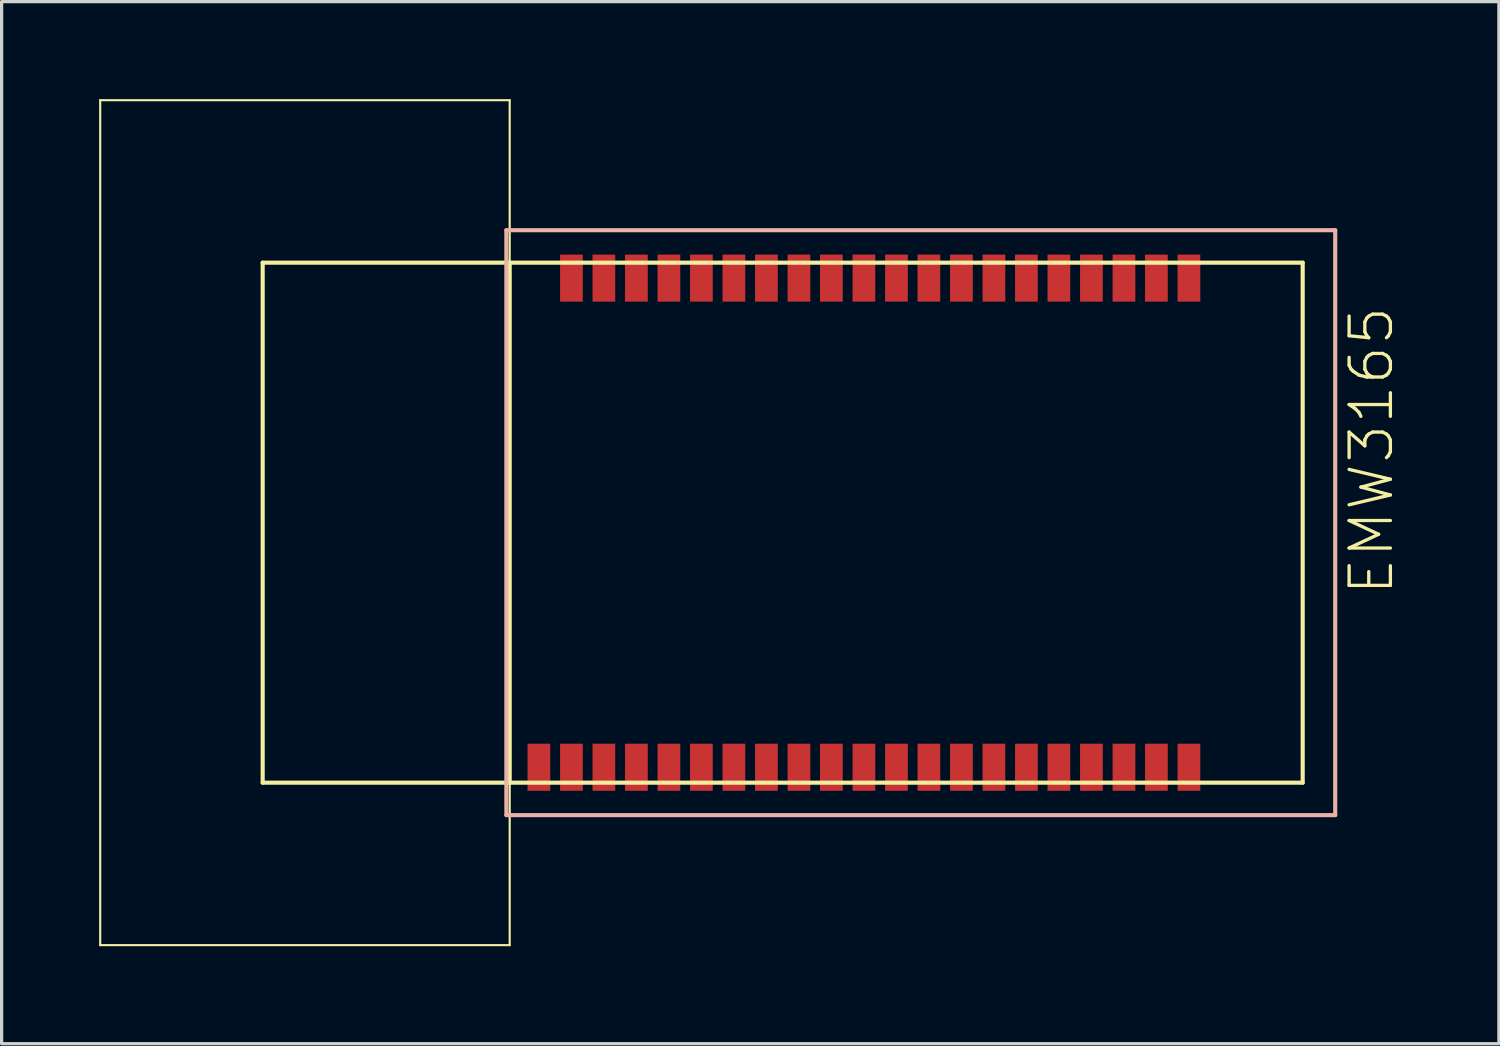
<source format=kicad_pcb>
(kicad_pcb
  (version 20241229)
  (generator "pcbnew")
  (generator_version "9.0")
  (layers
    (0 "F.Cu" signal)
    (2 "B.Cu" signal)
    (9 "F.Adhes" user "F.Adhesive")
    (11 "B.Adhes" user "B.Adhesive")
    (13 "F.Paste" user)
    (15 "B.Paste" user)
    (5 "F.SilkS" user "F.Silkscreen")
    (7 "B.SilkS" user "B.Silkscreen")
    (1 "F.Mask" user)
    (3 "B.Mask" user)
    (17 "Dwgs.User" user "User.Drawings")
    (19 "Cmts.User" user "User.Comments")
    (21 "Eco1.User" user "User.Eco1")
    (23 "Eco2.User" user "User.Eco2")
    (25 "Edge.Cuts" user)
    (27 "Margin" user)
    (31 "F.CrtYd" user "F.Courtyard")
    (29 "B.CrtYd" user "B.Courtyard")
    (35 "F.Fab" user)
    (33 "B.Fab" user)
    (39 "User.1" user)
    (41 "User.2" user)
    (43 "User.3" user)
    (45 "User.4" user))
  (footprint "EMW3165"
    (layer "F.Cu")
    (at 5.032 21.031)
    (property "Reference" "EMW3165" (at 34.115 -10.213 90) (layer "F.SilkS") (effects (font (size 1.27 1.27) (thickness 0.102))))
    (attr smd)
    (fp_line (start -4.999 -20.998) (end 7.6 -20.998) (stroke (width 0.066) (type solid)) (layer "F.SilkS"))
    (fp_line (start -4.999 4.999) (end -4.999 -20.998) (stroke (width 0.066) (type solid)) (layer "F.SilkS"))
    (fp_line (start -4.999 4.999) (end 7.6 4.999) (stroke (width 0.066) (type solid)) (layer "F.SilkS"))
    (fp_line (start 0 -15.999) (end 7.6 -15.999) (stroke (width 0.127) (type solid)) (layer "F.SilkS"))
    (fp_line (start 0 0) (end 0 -15.999) (stroke (width 0.127) (type solid)) (layer "F.SilkS"))
    (fp_line (start 7.6 -15.999) (end 7.6 0) (stroke (width 0.127) (type solid)) (layer "F.SilkS"))
    (fp_line (start 7.6 -15.999) (end 31.999 -15.999) (stroke (width 0.127) (type solid)) (layer "F.SilkS"))
    (fp_line (start 7.6 0) (end 0 0) (stroke (width 0.127) (type solid)) (layer "F.SilkS"))
    (fp_line (start 7.6 4.999) (end 7.6 -20.998) (stroke (width 0.066) (type solid)) (layer "F.SilkS"))
    (fp_line (start 31.999 -15.999) (end 31.999 0) (stroke (width 0.127) (type solid)) (layer "F.SilkS"))
    (fp_line (start 31.999 0) (end 7.6 0) (stroke (width 0.127) (type solid)) (layer "F.SilkS"))
    (fp_line (start 7.498 -16.998) (end 33 -16.998) (stroke (width 0.127) (type solid)) (layer "B.SilkS"))
    (fp_line (start 7.498 0.998) (end 7.498 -16.998) (stroke (width 0.127) (type solid)) (layer "B.SilkS"))
    (fp_line (start 33 -16.998) (end 33 0.998) (stroke (width 0.127) (type solid)) (layer "B.SilkS"))
    (fp_line (start 33 0.998) (end 7.498 0.998) (stroke (width 0.127) (type solid)) (layer "B.SilkS"))
    (pad "1" smd rect (at 28.499 -15.524 270) (size 1.448 0.699) (layers "F.Cu" "F.Mask" "F.Paste"))
    (pad "2" smd rect (at 27.498 -15.524 270) (size 1.448 0.699) (layers "F.Cu" "F.Mask" "F.Paste"))
    (pad "3" smd rect (at 26.5 -15.524 270) (size 1.448 0.699) (layers "F.Cu" "F.Mask" "F.Paste"))
    (pad "4" smd rect (at 25.499 -15.524 270) (size 1.448 0.699) (layers "F.Cu" "F.Mask" "F.Paste"))
    (pad "5" smd rect (at 24.498 -15.524 270) (size 1.448 0.699) (layers "F.Cu" "F.Mask" "F.Paste"))
    (pad "6" smd rect (at 23.498 -15.524 270) (size 1.448 0.699) (layers "F.Cu" "F.Mask" "F.Paste"))
    (pad "7" smd rect (at 22.499 -15.524 270) (size 1.448 0.699) (layers "F.Cu" "F.Mask" "F.Paste"))
    (pad "8" smd rect (at 21.499 -15.524 270) (size 1.448 0.699) (layers "F.Cu" "F.Mask" "F.Paste"))
    (pad "9" smd rect (at 20.498 -15.524 270) (size 1.448 0.699) (layers "F.Cu" "F.Mask" "F.Paste"))
    (pad "10" smd rect (at 19.5 -15.524 270) (size 1.448 0.699) (layers "F.Cu" "F.Mask" "F.Paste"))
    (pad "11" smd rect (at 18.499 -15.524 270) (size 1.448 0.699) (layers "F.Cu" "F.Mask" "F.Paste"))
    (pad "12" smd rect (at 17.498 -15.524 270) (size 1.448 0.699) (layers "F.Cu" "F.Mask" "F.Paste"))
    (pad "13" smd rect (at 16.5 -15.524 270) (size 1.448 0.699) (layers "F.Cu" "F.Mask" "F.Paste"))
    (pad "14" smd rect (at 15.499 -15.524 270) (size 1.448 0.699) (layers "F.Cu" "F.Mask" "F.Paste"))
    (pad "15" smd rect (at 14.498 -15.524 270) (size 1.448 0.699) (layers "F.Cu" "F.Mask" "F.Paste"))
    (pad "16" smd rect (at 13.498 -15.524 270) (size 1.448 0.699) (layers "F.Cu" "F.Mask" "F.Paste"))
    (pad "17" smd rect (at 12.499 -15.524 270) (size 1.448 0.699) (layers "F.Cu" "F.Mask" "F.Paste"))
    (pad "18" smd rect (at 11.499 -15.524 270) (size 1.448 0.699) (layers "F.Cu" "F.Mask" "F.Paste"))
    (pad "19" smd rect (at 10.498 -15.524 270) (size 1.448 0.699) (layers "F.Cu" "F.Mask" "F.Paste"))
    (pad "20" smd rect (at 9.5 -15.524 270) (size 1.448 0.699) (layers "F.Cu" "F.Mask" "F.Paste"))
    (pad "21" smd rect (at 9.5 -0.475 90) (size 1.448 0.699) (layers "F.Cu" "F.Mask" "F.Paste"))
    (pad "22" smd rect (at 10.498 -0.475 90) (size 1.448 0.699) (layers "F.Cu" "F.Mask" "F.Paste"))
    (pad "23" smd rect (at 11.499 -0.475 90) (size 1.448 0.699) (layers "F.Cu" "F.Mask" "F.Paste"))
    (pad "24" smd rect (at 12.499 -0.475 90) (size 1.448 0.699) (layers "F.Cu" "F.Mask" "F.Paste"))
    (pad "25" smd rect (at 13.498 -0.475 90) (size 1.448 0.699) (layers "F.Cu" "F.Mask" "F.Paste"))
    (pad "26" smd rect (at 14.498 -0.475 90) (size 1.448 0.699) (layers "F.Cu" "F.Mask" "F.Paste"))
    (pad "27" smd rect (at 15.499 -0.475 90) (size 1.448 0.699) (layers "F.Cu" "F.Mask" "F.Paste"))
    (pad "28" smd rect (at 16.5 -0.475 90) (size 1.448 0.699) (layers "F.Cu" "F.Mask" "F.Paste"))
    (pad "29" smd rect (at 17.498 -0.475 90) (size 1.448 0.699) (layers "F.Cu" "F.Mask" "F.Paste"))
    (pad "30" smd rect (at 18.499 -0.475 90) (size 1.448 0.699) (layers "F.Cu" "F.Mask" "F.Paste"))
    (pad "31" smd rect (at 19.5 -0.475 90) (size 1.448 0.699) (layers "F.Cu" "F.Mask" "F.Paste"))
    (pad "32" smd rect (at 20.498 -0.475 90) (size 1.448 0.699) (layers "F.Cu" "F.Mask" "F.Paste"))
    (pad "33" smd rect (at 21.499 -0.475 90) (size 1.448 0.699) (layers "F.Cu" "F.Mask" "F.Paste"))
    (pad "34" smd rect (at 22.499 -0.475 90) (size 1.448 0.699) (layers "F.Cu" "F.Mask" "F.Paste"))
    (pad "35" smd rect (at 23.498 -0.475 90) (size 1.448 0.699) (layers "F.Cu" "F.Mask" "F.Paste"))
    (pad "36" smd rect (at 24.498 -0.475 90) (size 1.448 0.699) (layers "F.Cu" "F.Mask" "F.Paste"))
    (pad "37" smd rect (at 25.499 -0.475 90) (size 1.448 0.699) (layers "F.Cu" "F.Mask" "F.Paste"))
    (pad "38" smd rect (at 26.5 -0.475 90) (size 1.448 0.699) (layers "F.Cu" "F.Mask" "F.Paste"))
    (pad "39" smd rect (at 27.498 -0.475 90) (size 1.448 0.699) (layers "F.Cu" "F.Mask" "F.Paste"))
    (pad "40" smd rect (at 28.499 -0.475 90) (size 1.448 0.699) (layers "F.Cu" "F.Mask" "F.Paste"))
    (pad "41" smd rect (at 8.499 -0.475 90) (size 1.448 0.699) (layers "F.Cu" "F.Mask" "F.Paste")))
  (gr_rect
    (start -3 -3)
    (end 43.068 29.063)
    (stroke (width 0.1) (type default))
    (fill no)
    (layer "Edge.Cuts")))
</source>
